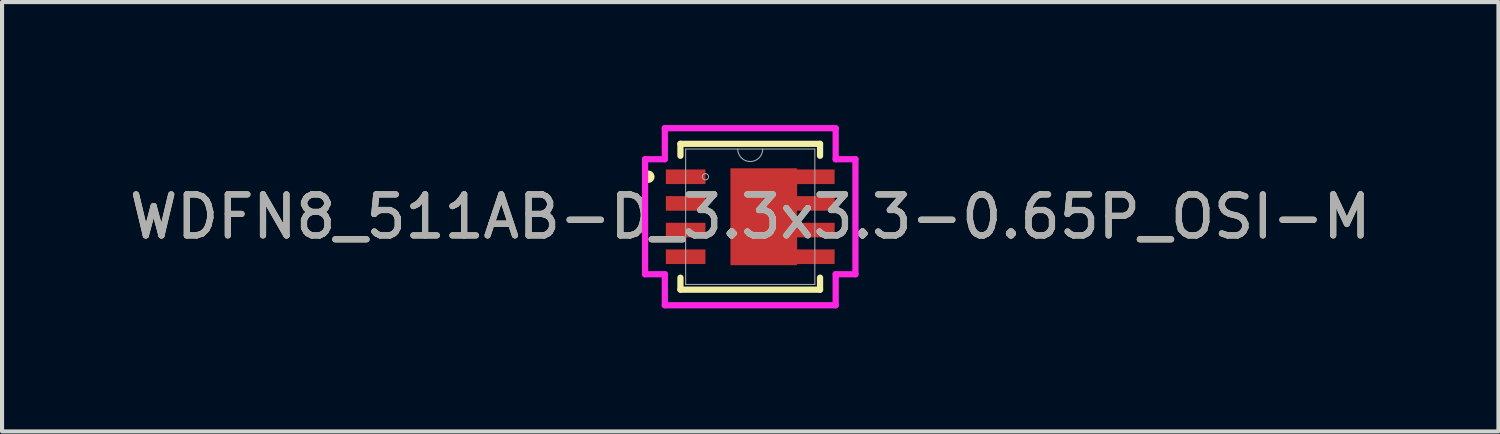
<source format=kicad_pcb>
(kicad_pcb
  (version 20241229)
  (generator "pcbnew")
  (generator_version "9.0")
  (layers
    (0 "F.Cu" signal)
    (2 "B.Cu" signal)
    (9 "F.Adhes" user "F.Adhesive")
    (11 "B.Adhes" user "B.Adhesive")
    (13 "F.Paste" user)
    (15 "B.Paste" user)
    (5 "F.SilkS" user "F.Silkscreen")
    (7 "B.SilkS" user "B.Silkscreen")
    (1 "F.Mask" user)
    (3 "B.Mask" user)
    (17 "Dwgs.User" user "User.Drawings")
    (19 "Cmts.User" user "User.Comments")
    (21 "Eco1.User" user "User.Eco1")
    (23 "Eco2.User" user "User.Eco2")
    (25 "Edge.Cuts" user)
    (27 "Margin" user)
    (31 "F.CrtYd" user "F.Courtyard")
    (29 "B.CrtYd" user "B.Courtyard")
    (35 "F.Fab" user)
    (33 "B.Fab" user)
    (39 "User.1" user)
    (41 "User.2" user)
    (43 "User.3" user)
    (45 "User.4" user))
  (footprint "WDFN8_511AB-D_3.3x3.3-0.65P_OSI-M"
    (layer "F.Cu")
    (at 15.244 2.235)
    (property "Reference" "WDFN8_511AB-D_3.3x3.3-0.65P_OSI-M" (at 0 0 0) (unlocked yes) (layer "F.SilkS") (effects (font (size 1 1) (thickness 0.15))))
    (attr smd)
    (fp_poly (pts (xy 1.143 -1.181) (xy -0.483 -1.181) (xy -0.483 1.181) (xy 1.143 1.181)) (stroke (width 0) (type solid)) (fill yes) (layer "F.Cu"))
    (fp_poly (pts (xy 1.143 -1.181) (xy -0.483 -1.181) (xy -0.483 1.181) (xy 1.143 1.181)) (stroke (width 0) (type solid)) (fill yes) (layer "F.Mask"))
    (fp_line (start -1.702 -1.778) (end -1.702 -1.486) (stroke (width 0.152) (type solid)) (layer "F.SilkS"))
    (fp_line (start -1.702 1.486) (end -1.702 1.778) (stroke (width 0.152) (type solid)) (layer "F.SilkS"))
    (fp_line (start -1.702 1.778) (end 1.702 1.778) (stroke (width 0.152) (type solid)) (layer "F.SilkS"))
    (fp_line (start 1.702 -1.778) (end -1.702 -1.778) (stroke (width 0.152) (type solid)) (layer "F.SilkS"))
    (fp_line (start 1.702 -1.486) (end 1.702 -1.778) (stroke (width 0.152) (type solid)) (layer "F.SilkS"))
    (fp_line (start 1.702 1.778) (end 1.702 1.486) (stroke (width 0.152) (type solid)) (layer "F.SilkS"))
    (fp_circle (center -2.484 -0.975) (end -2.408 -0.975) (stroke (width 0.152) (type solid)) (fill no) (layer "F.SilkS"))
    (fp_poly (pts (xy 1.143 -1.181) (xy -0.483 -1.181) (xy -0.483 1.181) (xy 1.143 1.181)) (stroke (width 0) (type solid)) (fill yes) (layer "F.Paste"))
    (fp_line (start -2.565 -1.402) (end -2.083 -1.402) (stroke (width 0.152) (type solid)) (layer "F.CrtYd"))
    (fp_line (start -2.565 1.402) (end -2.565 -1.402) (stroke (width 0.152) (type solid)) (layer "F.CrtYd"))
    (fp_line (start -2.565 1.402) (end -2.083 1.402) (stroke (width 0.152) (type solid)) (layer "F.CrtYd"))
    (fp_line (start -2.083 -2.159) (end 2.083 -2.159) (stroke (width 0.152) (type solid)) (layer "F.CrtYd"))
    (fp_line (start -2.083 -1.402) (end -2.083 -2.159) (stroke (width 0.152) (type solid)) (layer "F.CrtYd"))
    (fp_line (start -2.083 2.159) (end -2.083 1.402) (stroke (width 0.152) (type solid)) (layer "F.CrtYd"))
    (fp_line (start 2.083 -2.159) (end 2.083 -1.402) (stroke (width 0.152) (type solid)) (layer "F.CrtYd"))
    (fp_line (start 2.083 1.402) (end 2.083 2.159) (stroke (width 0.152) (type solid)) (layer "F.CrtYd"))
    (fp_line (start 2.083 2.159) (end -2.083 2.159) (stroke (width 0.152) (type solid)) (layer "F.CrtYd"))
    (fp_line (start 2.565 -1.402) (end 2.083 -1.402) (stroke (width 0.152) (type solid)) (layer "F.CrtYd"))
    (fp_line (start 2.565 -1.402) (end 2.565 1.402) (stroke (width 0.152) (type solid)) (layer "F.CrtYd"))
    (fp_line (start 2.565 1.402) (end 2.083 1.402) (stroke (width 0.152) (type solid)) (layer "F.CrtYd"))
    (fp_line (start -1.575 -1.651) (end -1.575 1.651) (stroke (width 0.025) (type solid)) (layer "F.Fab"))
    (fp_line (start -1.575 1.651) (end 1.575 1.651) (stroke (width 0.025) (type solid)) (layer "F.Fab"))
    (fp_line (start 1.575 -1.651) (end -1.575 -1.651) (stroke (width 0.025) (type solid)) (layer "F.Fab"))
    (fp_line (start 1.575 1.651) (end 1.575 -1.651) (stroke (width 0.025) (type solid)) (layer "F.Fab"))
    (fp_arc (start 0.3048 -1.651) (mid 0 -1.3462) (end -0.3048 -1.651) (stroke (width 0.0254) (type solid)) (layer "F.Fab"))
    (fp_circle (center -1.092 -0.975) (end -1.016 -0.975) (stroke (width 0.025) (type solid)) (fill no) (layer "F.Fab"))
    (fp_text user "${REFERENCE}" (at 0 0 0) (unlocked yes) (layer "F.Fab") (effects (font (size 1 1) (thickness 0.15))))
    (pad "1" smd rect (at -1.575 -0.975) (size 0.965 0.356) (layers "F.Cu" "F.Mask" "F.Paste"))
    (pad "2" smd rect (at -1.575 -0.325) (size 0.965 0.356) (layers "F.Cu" "F.Mask" "F.Paste"))
    (pad "3" smd rect (at -1.575 0.325) (size 0.965 0.356) (layers "F.Cu" "F.Mask" "F.Paste"))
    (pad "4" smd rect (at -1.575 0.975) (size 0.965 0.356) (layers "F.Cu" "F.Mask" "F.Paste"))
    (pad "5" smd rect (at 1.575 0.975) (size 0.965 0.356) (layers "F.Cu" "F.Mask" "F.Paste"))
    (pad "6" smd rect (at 1.575 0.325) (size 0.965 0.356) (layers "F.Cu" "F.Mask" "F.Paste"))
    (pad "7" smd rect (at 1.575 -0.325) (size 0.965 0.356) (layers "F.Cu" "F.Mask" "F.Paste"))
    (pad "8" smd rect (at 1.575 -0.975) (size 0.965 0.356) (layers "F.Cu" "F.Mask" "F.Paste")))
  (gr_rect
    (start -3 -3)
    (end 33.488 7.47)
    (stroke (width 0.1) (type default))
    (fill no)
    (layer "Edge.Cuts")))
</source>
